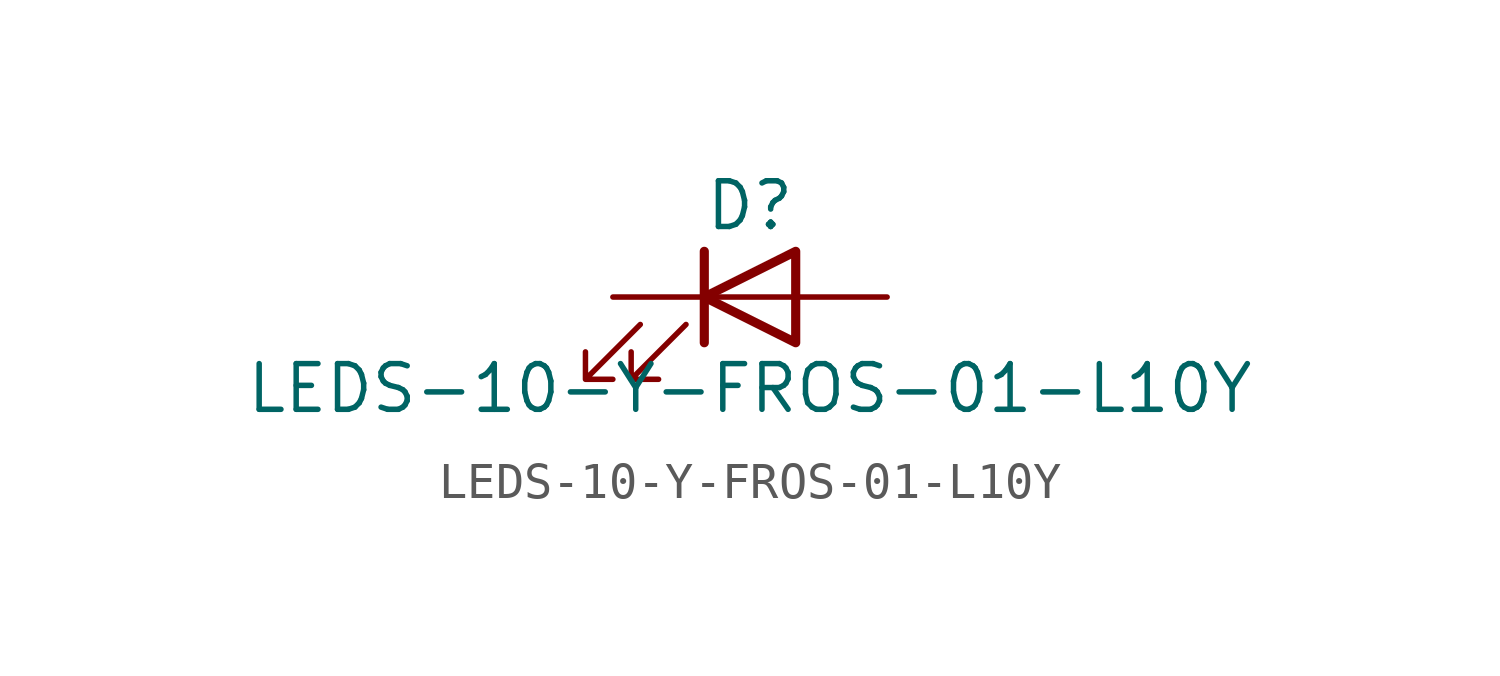
<source format=kicad_sym>
(kicad_symbol_lib
  (version 20211014)
  (generator kicad_symbol_editor)
  (symbol "LEDS-10-Y-FROS-01-L10Y"
    (pin_numbers hide)
    (pin_names
      (offset 1.016) hide)
    (property "Reference" "D"
      (at 0 2.54 0)
      (effects (font (size 1.27 1.27))))
    (property "Value" "LEDS-10-Y-FROS-01-L10Y"
      (at 0 -2.54 0)
      (effects (font (size 1.27 1.27))))
    (symbol "LEDS-10-Y-FROS-01-L10Y_0_1"
      (polyline (pts (xy -1.27 -1.27) (xy -1.27 1.27)) (stroke (width 0.254) (type default) (color 0 0 0 0)) (fill (type none)))
      (polyline (pts (xy -1.27 0) (xy 1.27 0)) (stroke (width 0) (type default) (color 0 0 0 0)) (fill (type none)))
      (polyline (pts (xy 1.27 -1.27) (xy 1.27 1.27) (xy -1.27 0) (xy 1.27 -1.27)) (stroke (width 0.254) (type default) (color 0 0 0 0)) (fill (type none)))
      (polyline (pts (xy -3.048 -0.762) (xy -4.572 -2.286) (xy -3.81 -2.286) (xy -4.572 -2.286) (xy -4.572 -1.524)) (stroke (width 0) (type default) (color 0 0 0 0)) (fill (type none)))
      (polyline (pts (xy -1.778 -0.762) (xy -3.302 -2.286) (xy -2.54 -2.286) (xy -3.302 -2.286) (xy -3.302 -1.524)) (stroke (width 0) (type default) (color 0 0 0 0)) (fill (type none))))
    (symbol "LEDS-10-Y-FROS-01-L10Y_1_1"
      (pin passive line (at -3.81 0 0) (length 2.54) (name "K" (effects (font (size 1.27 1.27)))) (number "1" (effects (font (size 1.27 1.27)))))
      (pin passive line (at 3.81 0 180) (length 2.54) (name "A" (effects (font (size 1.27 1.27)))) (number "2" (effects (font (size 1.27 1.27))))))))
</source>
